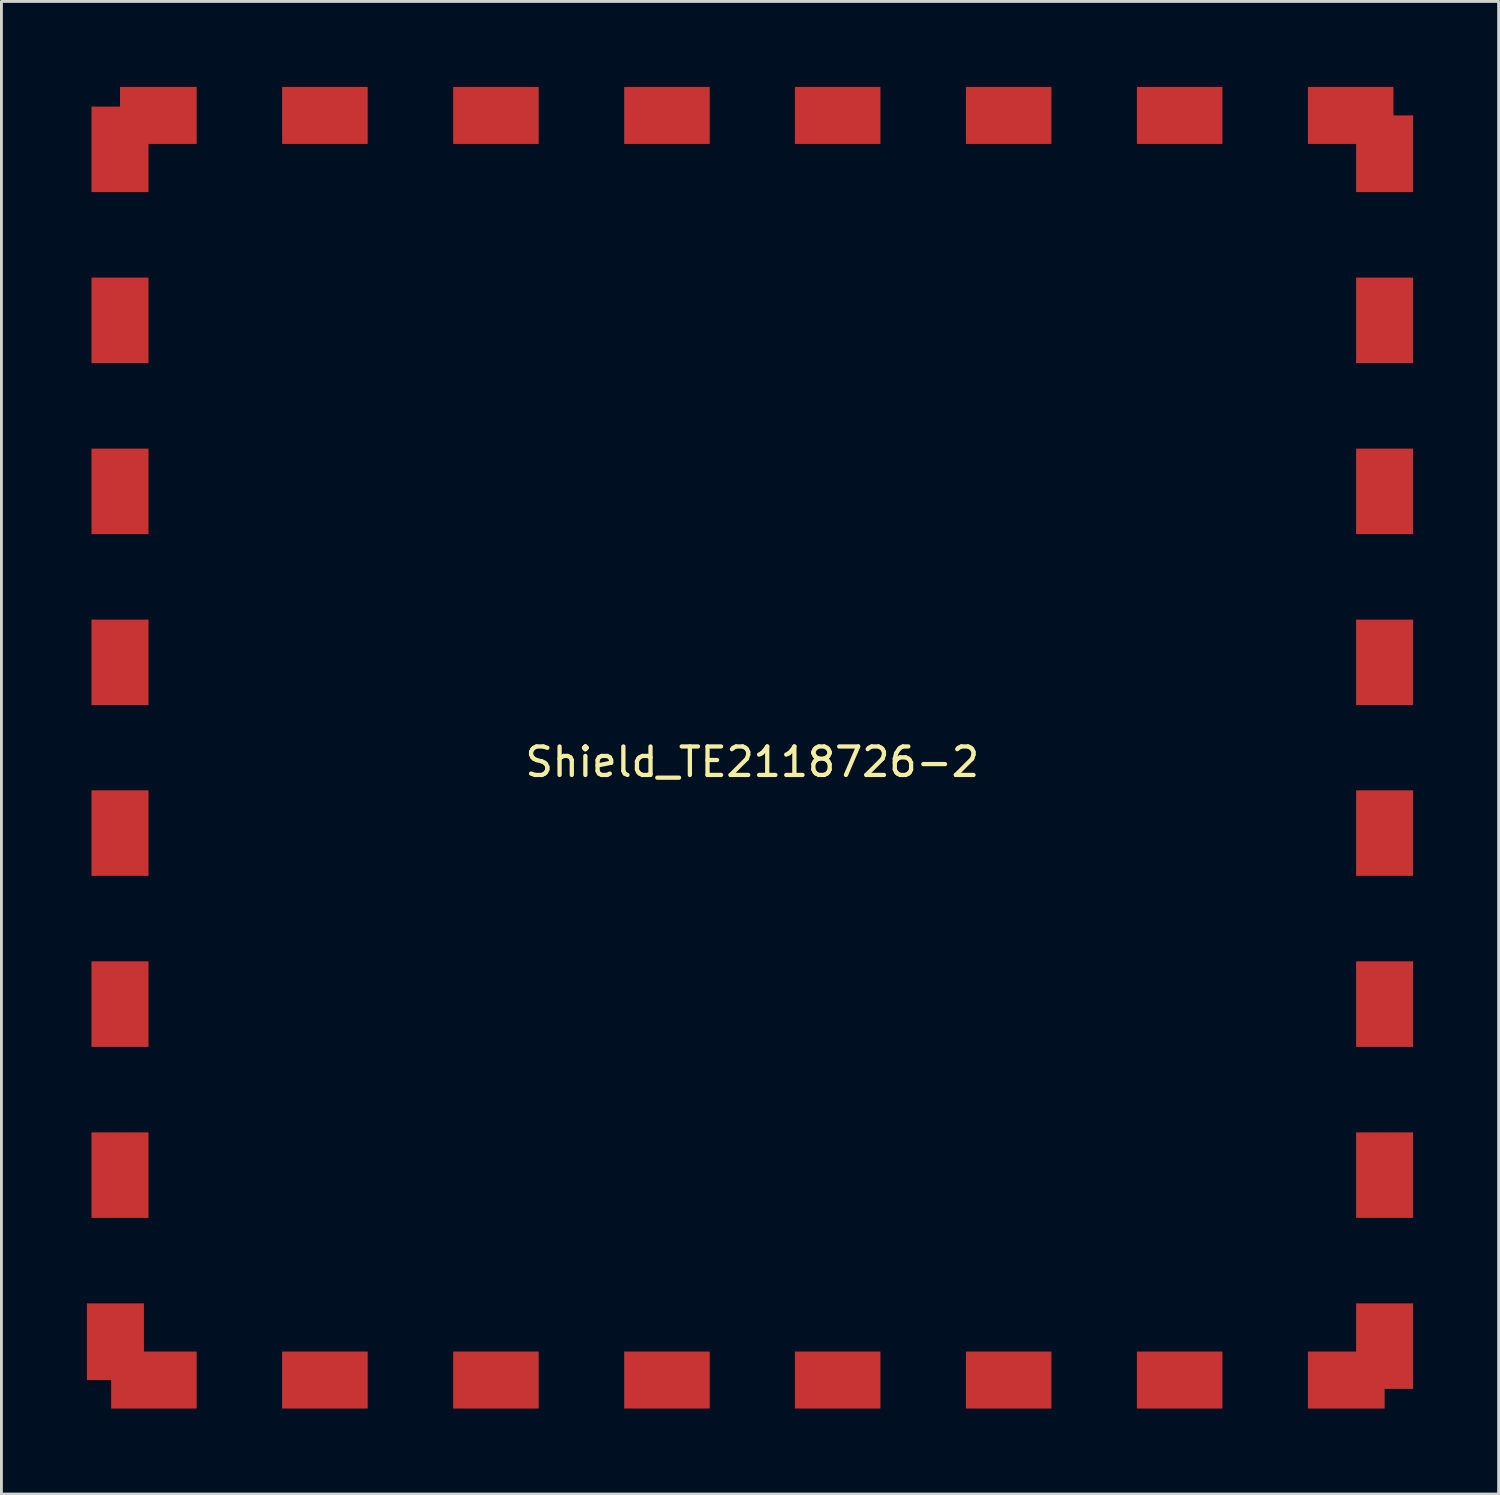
<source format=kicad_pcb>
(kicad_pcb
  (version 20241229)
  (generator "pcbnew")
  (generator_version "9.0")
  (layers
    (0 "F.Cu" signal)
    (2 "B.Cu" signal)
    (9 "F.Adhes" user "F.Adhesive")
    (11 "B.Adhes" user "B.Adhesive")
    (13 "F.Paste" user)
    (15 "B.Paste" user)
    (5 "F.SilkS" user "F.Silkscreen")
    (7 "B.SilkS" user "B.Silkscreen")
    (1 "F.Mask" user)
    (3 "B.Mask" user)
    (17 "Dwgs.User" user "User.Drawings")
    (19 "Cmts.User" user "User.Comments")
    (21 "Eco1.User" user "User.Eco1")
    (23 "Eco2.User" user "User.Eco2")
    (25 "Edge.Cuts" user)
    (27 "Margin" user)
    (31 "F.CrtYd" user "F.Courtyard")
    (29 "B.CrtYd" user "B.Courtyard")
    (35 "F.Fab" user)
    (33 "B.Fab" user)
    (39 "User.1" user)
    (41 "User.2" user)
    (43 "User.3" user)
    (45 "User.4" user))
  (footprint "Shield_TE2118726-2"
    (layer "F.Cu")
    (at 23.345 23.185)
    (property "Reference" "Shield_TE2118726-2" (at 0 0.5 0) (layer "F.SilkS") (effects (font (size 1 1) (thickness 0.15))))
    (attr through_hole)
    (pad "1" smd rect (at -22.345 20.84) (size 2 2.69) (layers "F.Cu" "F.Mask" "F.Paste"))
    (pad "1" smd rect (at -22.185 -20.995) (size 2 3) (layers "F.Cu" "F.Mask" "F.Paste"))
    (pad "1" smd rect (at -22.185 -14.995) (size 2 3) (layers "F.Cu" "F.Mask" "F.Paste"))
    (pad "1" smd rect (at -22.185 -8.995) (size 2 3) (layers "F.Cu" "F.Mask" "F.Paste"))
    (pad "1" smd rect (at -22.185 -2.995) (size 2 3) (layers "F.Cu" "F.Mask" "F.Paste"))
    (pad "1" smd rect (at -22.185 2.995) (size 2 3) (layers "F.Cu" "F.Mask" "F.Paste"))
    (pad "1" smd rect (at -22.185 8.995) (size 2 3) (layers "F.Cu" "F.Mask" "F.Paste"))
    (pad "1" smd rect (at -22.185 14.995) (size 2 3) (layers "F.Cu" "F.Mask" "F.Paste"))
    (pad "1" smd rect (at -20.995 22.185 90) (size 2 3) (layers "F.Cu" "F.Mask" "F.Paste"))
    (pad "1" smd rect (at -20.84 -22.185 270) (size 2 2.69) (layers "F.Cu" "F.Mask" "F.Paste"))
    (pad "1" smd rect (at -14.995 -22.185 270) (size 2 3) (layers "F.Cu" "F.Mask" "F.Paste"))
    (pad "1" smd rect (at -14.995 22.185 90) (size 2 3) (layers "F.Cu" "F.Mask" "F.Paste"))
    (pad "1" smd rect (at -8.995 -22.185 270) (size 2 3) (layers "F.Cu" "F.Mask" "F.Paste"))
    (pad "1" smd rect (at -8.995 22.185 90) (size 2 3) (layers "F.Cu" "F.Mask" "F.Paste"))
    (pad "1" smd rect (at -2.995 -22.185 270) (size 2 3) (layers "F.Cu" "F.Mask" "F.Paste"))
    (pad "1" smd rect (at -2.995 22.185 90) (size 2 3) (layers "F.Cu" "F.Mask" "F.Paste"))
    (pad "1" smd rect (at 2.995 -22.185 270) (size 2 3) (layers "F.Cu" "F.Mask" "F.Paste"))
    (pad "1" smd rect (at 2.995 22.185 90) (size 2 3) (layers "F.Cu" "F.Mask" "F.Paste"))
    (pad "1" smd rect (at 8.995 -22.185 270) (size 2 3) (layers "F.Cu" "F.Mask" "F.Paste"))
    (pad "1" smd rect (at 8.995 22.185 90) (size 2 3) (layers "F.Cu" "F.Mask" "F.Paste"))
    (pad "1" smd rect (at 14.995 -22.185 270) (size 2 3) (layers "F.Cu" "F.Mask" "F.Paste"))
    (pad "1" smd rect (at 14.995 22.185 90) (size 2 3) (layers "F.Cu" "F.Mask" "F.Paste"))
    (pad "1" smd rect (at 20.84 22.185 90) (size 2 2.69) (layers "F.Cu" "F.Mask" "F.Paste"))
    (pad "1" smd rect (at 20.995 -22.185 270) (size 2 3) (layers "F.Cu" "F.Mask" "F.Paste"))
    (pad "1" smd rect (at 22.185 -20.84 180) (size 2 2.69) (layers "F.Cu" "F.Mask" "F.Paste"))
    (pad "1" smd rect (at 22.185 -14.995 180) (size 2 3) (layers "F.Cu" "F.Mask" "F.Paste"))
    (pad "1" smd rect (at 22.185 -8.995 180) (size 2 3) (layers "F.Cu" "F.Mask" "F.Paste"))
    (pad "1" smd rect (at 22.185 -2.995 180) (size 2 3) (layers "F.Cu" "F.Mask" "F.Paste"))
    (pad "1" smd rect (at 22.185 2.995 180) (size 2 3) (layers "F.Cu" "F.Mask" "F.Paste"))
    (pad "1" smd rect (at 22.185 8.995 180) (size 2 3) (layers "F.Cu" "F.Mask" "F.Paste"))
    (pad "1" smd rect (at 22.185 14.995 180) (size 2 3) (layers "F.Cu" "F.Mask" "F.Paste"))
    (pad "1" smd rect (at 22.185 20.995 180) (size 2 3) (layers "F.Cu" "F.Mask" "F.Paste")))
  (gr_rect
    (start -3 -3)
    (end 49.53 49.37)
    (stroke (width 0.1) (type default))
    (fill no)
    (layer "Edge.Cuts")))
</source>
